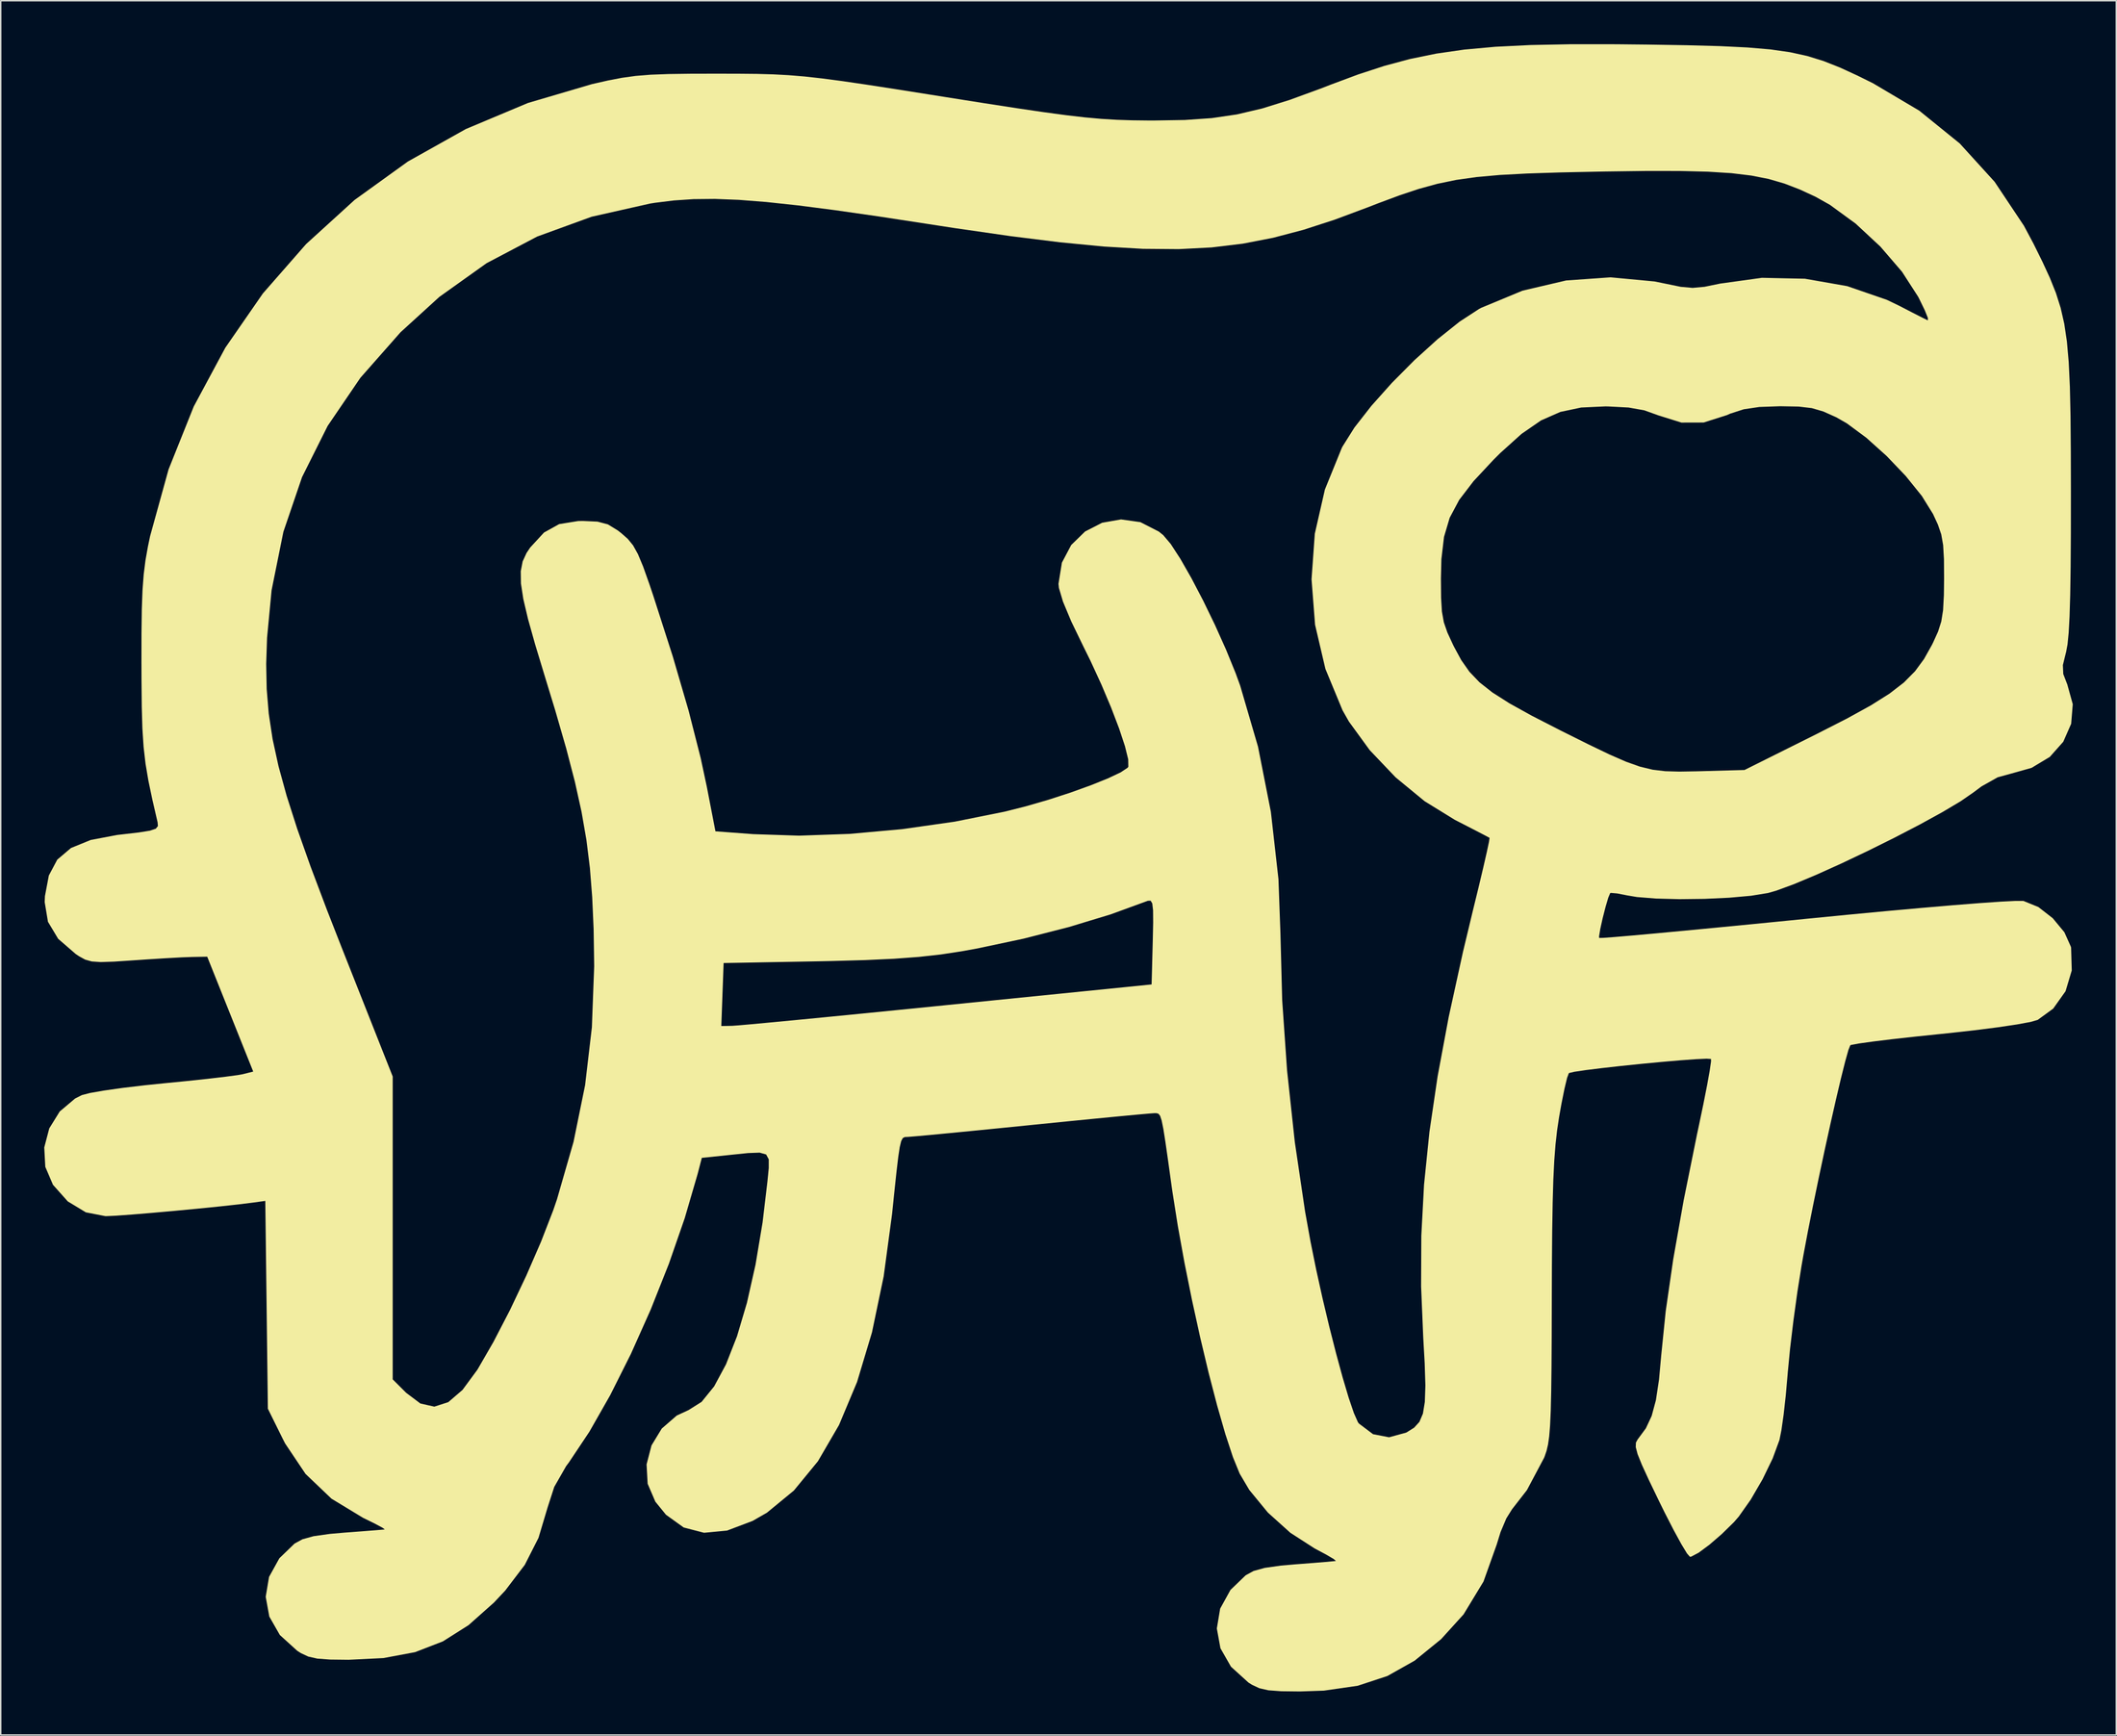
<source format=kicad_pcb>
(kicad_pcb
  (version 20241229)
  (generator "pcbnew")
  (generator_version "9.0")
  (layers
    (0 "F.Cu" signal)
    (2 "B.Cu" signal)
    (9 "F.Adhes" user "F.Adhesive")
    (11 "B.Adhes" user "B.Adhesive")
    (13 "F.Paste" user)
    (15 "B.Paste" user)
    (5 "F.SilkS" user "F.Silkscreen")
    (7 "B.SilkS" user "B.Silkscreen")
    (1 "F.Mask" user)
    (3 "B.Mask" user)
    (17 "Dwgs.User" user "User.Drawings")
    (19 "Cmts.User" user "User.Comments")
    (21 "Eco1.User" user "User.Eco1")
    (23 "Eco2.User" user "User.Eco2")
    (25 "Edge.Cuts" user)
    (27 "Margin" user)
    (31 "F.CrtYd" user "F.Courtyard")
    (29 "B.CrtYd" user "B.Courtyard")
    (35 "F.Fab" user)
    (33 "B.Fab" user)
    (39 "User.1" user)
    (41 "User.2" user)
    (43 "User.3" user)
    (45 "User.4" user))
  (footprint "sloth"
    (layer "F.Cu")
    (at 69.898 56.767)
    (property "Reference" "sloth" (at 0 0 0) (layer "F.SilkS") (effects (font (size 1.524 1.524) (thickness 0.3))))
    (attr board_only exclude_from_pos_files exclude_from_bom)
    (fp_poly (pts (xy 38.449 -56.766) (xy 40.558 -56.744) (xy 43.307 -56.699) (xy 45.589 -56.637) (xy 47.481 -56.545) (xy 49.063 -56.41) (xy 50.413 -56.217) (xy 51.61 -55.954) (xy 52.731 -55.606) (xy 53.857 -55.161) (xy 55.064 -54.605) (xy 56.126 -54.08) (xy 59.32 -52.188) (xy 62.113 -49.925) (xy 64.515 -47.283) (xy 66.536 -44.251) (xy 67.195 -43.016) (xy 67.816 -41.759) (xy 68.327 -40.649) (xy 68.741 -39.615) (xy 69.067 -38.587) (xy 69.315 -37.496) (xy 69.497 -36.272) (xy 69.622 -34.846) (xy 69.702 -33.147) (xy 69.747 -31.107) (xy 69.767 -28.655) (xy 69.773 -25.946) (xy 69.77 -23.087) (xy 69.755 -20.728) (xy 69.725 -18.825) (xy 69.681 -17.331) (xy 69.62 -16.203) (xy 69.541 -15.394) (xy 69.442 -14.859) (xy 69.422 -14.789) (xy 69.22 -13.962) (xy 69.246 -13.347) (xy 69.513 -12.653) (xy 69.522 -12.634) (xy 69.901 -11.264) (xy 69.791 -9.914) (xy 69.246 -8.674) (xy 68.319 -7.631) (xy 67.064 -6.875) (xy 65.859 -6.536) (xy 64.726 -6.224) (xy 63.616 -5.6) (xy 63.038 -5.169) (xy 62.173 -4.572) (xy 60.913 -3.822) (xy 59.359 -2.968) (xy 57.611 -2.059) (xy 55.77 -1.145) (xy 53.935 -0.273) (xy 52.207 0.506) (xy 50.687 1.143) (xy 49.475 1.589) (xy 48.897 1.755) (xy 47.729 1.944) (xy 46.217 2.079) (xy 44.52 2.158) (xy 42.791 2.178) (xy 41.186 2.137) (xy 39.862 2.031) (xy 39.2 1.92) (xy 38.501 1.784) (xy 38.072 1.748) (xy 38.022 1.762) (xy 37.889 2.077) (xy 37.7 2.718) (xy 37.501 3.499) (xy 37.338 4.235) (xy 37.256 4.74) (xy 37.263 4.853) (xy 37.546 4.846) (xy 38.321 4.788) (xy 39.538 4.684) (xy 41.145 4.539) (xy 43.092 4.357) (xy 45.327 4.143) (xy 47.8 3.903) (xy 50.459 3.64) (xy 51.462 3.539) (xy 54.323 3.258) (xy 57.005 3.004) (xy 59.457 2.783) (xy 61.627 2.597) (xy 63.466 2.452) (xy 64.921 2.351) (xy 65.942 2.299) (xy 66.478 2.3) (xy 66.513 2.305) (xy 67.531 2.72) (xy 68.522 3.492) (xy 69.324 4.46) (xy 69.773 5.462) (xy 69.787 5.533) (xy 69.832 7.093) (xy 69.404 8.525) (xy 68.553 9.723) (xy 67.486 10.502) (xy 66.994 10.644) (xy 66.042 10.819) (xy 64.716 11.016) (xy 63.098 11.222) (xy 61.276 11.424) (xy 60.759 11.477) (xy 59.004 11.659) (xy 57.435 11.834) (xy 56.131 11.994) (xy 55.175 12.127) (xy 54.646 12.223) (xy 54.569 12.251) (xy 54.438 12.58) (xy 54.218 13.367) (xy 53.926 14.531) (xy 53.581 15.994) (xy 53.199 17.678) (xy 52.798 19.503) (xy 52.396 21.39) (xy 52.01 23.26) (xy 51.656 25.036) (xy 51.354 26.636) (xy 51.21 27.448) (xy 50.922 29.26) (xy 50.649 31.245) (xy 50.418 33.174) (xy 50.259 34.819) (xy 50.248 34.959) (xy 50.123 36.384) (xy 49.975 37.714) (xy 49.821 38.798) (xy 49.687 39.466) (xy 49.22 40.737) (xy 48.523 42.175) (xy 47.706 43.58) (xy 46.881 44.749) (xy 46.551 45.13) (xy 45.711 45.954) (xy 44.861 46.687) (xy 44.119 47.237) (xy 43.603 47.509) (xy 43.519 47.523) (xy 43.315 47.289) (xy 42.925 46.646) (xy 42.396 45.676) (xy 41.774 44.465) (xy 41.393 43.691) (xy 40.688 42.227) (xy 40.203 41.17) (xy 39.91 40.441) (xy 39.783 39.959) (xy 39.795 39.646) (xy 39.918 39.42) (xy 39.944 39.389) (xy 40.481 38.661) (xy 40.88 37.808) (xy 41.172 36.724) (xy 41.387 35.299) (xy 41.538 33.637) (xy 41.849 30.579) (xy 42.365 27.016) (xy 43.084 22.949) (xy 44.009 18.376) (xy 44.133 17.795) (xy 44.444 16.306) (xy 44.699 15.013) (xy 44.88 14.004) (xy 44.971 13.371) (xy 44.97 13.197) (xy 44.665 13.177) (xy 43.925 13.211) (xy 42.857 13.289) (xy 41.568 13.4) (xy 40.165 13.533) (xy 38.754 13.679) (xy 37.444 13.826) (xy 36.34 13.963) (xy 35.551 14.08) (xy 35.183 14.167) (xy 35.174 14.173) (xy 35.051 14.499) (xy 34.872 15.245) (xy 34.662 16.29) (xy 34.499 17.21) (xy 34.363 18.115) (xy 34.254 19.088) (xy 34.168 20.198) (xy 34.103 21.517) (xy 34.057 23.113) (xy 34.025 25.057) (xy 34.006 27.419) (xy 33.997 29.77) (xy 33.99 32.36) (xy 33.977 34.463) (xy 33.956 36.14) (xy 33.925 37.451) (xy 33.88 38.454) (xy 33.819 39.211) (xy 33.738 39.781) (xy 33.634 40.223) (xy 33.505 40.598) (xy 33.466 40.695) (xy 32.284 42.921) (xy 31.255 44.245) (xy 30.863 44.874) (xy 30.466 45.815) (xy 30.202 46.672) (xy 29.29 49.228) (xy 27.917 51.49) (xy 26.369 53.198) (xy 24.546 54.681) (xy 22.668 55.738) (xy 20.621 56.413) (xy 18.287 56.749) (xy 16.632 56.805) (xy 15.35 56.79) (xy 14.469 56.725) (xy 13.844 56.584) (xy 13.331 56.342) (xy 13.088 56.188) (xy 11.888 55.099) (xy 11.162 53.828) (xy 10.913 52.463) (xy 11.142 51.093) (xy 11.853 49.805) (xy 12.902 48.794) (xy 13.443 48.498) (xy 14.212 48.285) (xy 15.328 48.127) (xy 16.316 48.041) (xy 17.465 47.953) (xy 18.395 47.877) (xy 18.982 47.823) (xy 19.118 47.806) (xy 18.968 47.675) (xy 18.442 47.365) (xy 17.654 46.944) (xy 17.64 46.936) (xy 15.98 45.865) (xy 14.431 44.471) (xy 13.15 42.911) (xy 12.487 41.787) (xy 12.021 40.644) (xy 11.496 39.046) (xy 10.931 37.079) (xy 10.346 34.83) (xy 9.763 32.383) (xy 9.202 29.824) (xy 8.682 27.24) (xy 8.225 24.715) (xy 7.85 22.337) (xy 7.8 21.986) (xy 7.555 20.218) (xy 7.369 18.92) (xy 7.227 18.017) (xy 7.11 17.44) (xy 7.003 17.115) (xy 6.887 16.97) (xy 6.747 16.934) (xy 6.611 16.934) (xy 6.229 16.961) (xy 5.376 17.037) (xy 4.123 17.155) (xy 2.543 17.308) (xy 0.708 17.489) (xy -1.31 17.692) (xy -1.912 17.753) (xy -3.969 17.96) (xy -5.863 18.148) (xy -7.523 18.31) (xy -8.876 18.439) (xy -9.85 18.527) (xy -10.373 18.569) (xy -10.43 18.571) (xy -10.6 18.58) (xy -10.732 18.653) (xy -10.841 18.86) (xy -10.941 19.274) (xy -11.045 19.964) (xy -11.167 21.001) (xy -11.322 22.456) (xy -11.47 23.898) (xy -12.048 28.187) (xy -12.854 32.048) (xy -13.882 35.468) (xy -15.125 38.434) (xy -16.579 40.933) (xy -18.236 42.952) (xy -20.091 44.478) (xy -21.082 45.047) (xy -22.843 45.713) (xy -24.426 45.864) (xy -25.83 45.499) (xy -27.051 44.621) (xy -27.783 43.72) (xy -28.314 42.484) (xy -28.388 41.15) (xy -28.048 39.841) (xy -27.341 38.678) (xy -26.308 37.782) (xy -25.49 37.402) (xy -24.596 36.838) (xy -23.732 35.772) (xy -22.913 34.249) (xy -22.154 32.312) (xy -21.471 30.007) (xy -20.879 27.376) (xy -20.393 24.465) (xy -20.059 21.645) (xy -19.968 20.72) (xy -19.968 20.117) (xy -20.148 19.781) (xy -20.594 19.655) (xy -21.394 19.684) (xy -22.637 19.812) (xy -22.902 19.84) (xy -24.581 20.015) (xy -24.873 21.137) (xy -25.759 24.173) (xy -26.851 27.319) (xy -28.102 30.471) (xy -29.464 33.522) (xy -30.889 36.366) (xy -32.33 38.898) (xy -33.739 41.011) (xy -33.932 41.269) (xy -34.751 42.702) (xy -35.206 44.109) (xy -35.836 46.214) (xy -36.781 48.076) (xy -38.129 49.848) (xy -38.913 50.682) (xy -40.655 52.231) (xy -42.426 53.353) (xy -44.343 54.095) (xy -46.522 54.502) (xy -48.916 54.62) (xy -50.198 54.605) (xy -51.079 54.54) (xy -51.704 54.399) (xy -52.218 54.157) (xy -52.46 54.003) (xy -53.661 52.914) (xy -54.387 51.643) (xy -54.636 50.278) (xy -54.406 48.908) (xy -53.695 47.621) (xy -52.647 46.609) (xy -52.106 46.313) (xy -51.337 46.1) (xy -50.22 45.942) (xy -49.233 45.856) (xy -48.084 45.769) (xy -47.153 45.696) (xy -46.566 45.648) (xy -46.43 45.634) (xy -46.584 45.516) (xy -47.118 45.231) (xy -47.918 44.838) (xy -47.932 44.831) (xy -50.103 43.513) (xy -51.891 41.806) (xy -53.296 39.71) (xy -53.459 39.391) (xy -54.487 37.311) (xy -54.575 30.147) (xy -54.664 22.983) (xy -55.531 23.102) (xy -56.508 23.223) (xy -57.81 23.365) (xy -59.316 23.517) (xy -60.905 23.668) (xy -62.453 23.806) (xy -63.838 23.921) (xy -64.939 24.001) (xy -65.632 24.034) (xy -65.68 24.034) (xy -67.032 23.771) (xy -68.278 23.016) (xy -69.297 21.871) (xy -69.826 20.635) (xy -69.898 19.297) (xy -69.553 17.982) (xy -68.831 16.816) (xy -67.771 15.922) (xy -67.309 15.688) (xy -66.766 15.545) (xy -65.787 15.374) (xy -64.481 15.189) (xy -62.957 15.008) (xy -61.71 14.88) (xy -60.102 14.722) (xy -58.64 14.566) (xy -57.429 14.424) (xy -56.573 14.31) (xy -56.221 14.247) (xy -55.497 14.066) (xy -58.667 6.145) (xy -59.718 6.164) (xy -60.43 6.191) (xy -61.52 6.25) (xy -62.82 6.332) (xy -63.773 6.397) (xy -65.1 6.485) (xy -66.009 6.515) (xy -66.626 6.473) (xy -67.08 6.345) (xy -67.495 6.117) (xy -67.727 5.962) (xy -68.94 4.91) (xy -69.643 3.737) (xy -69.868 2.381) (xy -69.851 1.969) (xy -69.582 0.546) (xy -69.001 -0.547) (xy -68.055 -1.35) (xy -66.695 -1.904) (xy -64.871 -2.249) (xy -64.586 -2.282) (xy -63.376 -2.422) (xy -62.615 -2.544) (xy -62.21 -2.68) (xy -62.065 -2.863) (xy -62.087 -3.125) (xy -62.088 -3.127) (xy -62.449 -4.69) (xy -62.722 -5.995) (xy -62.919 -7.164) (xy -63.052 -8.323) (xy -63.135 -9.594) (xy -63.178 -11.103) (xy -63.196 -12.973) (xy -63.199 -14.035) (xy -54.602 -14.035) (xy -54.568 -12.314) (xy -54.427 -10.611) (xy -54.162 -8.861) (xy -53.756 -6.997) (xy -53.195 -4.954) (xy -52.462 -2.665) (xy -51.541 -0.063) (xy -50.417 2.916) (xy -49.408 5.496) (xy -45.884 14.405) (xy -45.884 35.287) (xy -44.955 36.215) (xy -43.976 36.951) (xy -43.014 37.167) (xy -42.052 36.856) (xy -41.073 36.014) (xy -40.058 34.635) (xy -40.017 34.569) (xy -38.942 32.707) (xy -37.8 30.503) (xy -36.678 28.136) (xy -35.658 25.787) (xy -34.825 23.638) (xy -34.563 22.874) (xy -33.42 18.905) (xy -32.625 15.004) (xy -32.158 11.02) (xy -32.154 10.925) (xy -23.237 10.925) (xy -22.475 10.91) (xy -22.061 10.88) (xy -21.158 10.801) (xy -19.82 10.676) (xy -18.101 10.512) (xy -16.056 10.313) (xy -13.739 10.085) (xy -11.205 9.833) (xy -8.506 9.563) (xy -7.647 9.476) (xy 6.418 8.057) (xy 6.496 5.088) (xy 6.524 3.787) (xy 6.517 2.944) (xy 6.463 2.472) (xy 6.349 2.283) (xy 6.161 2.29) (xy 6.086 2.317) (xy 3.592 3.228) (xy 0.712 4.102) (xy -2.394 4.898) (xy -5.567 5.572) (xy -6.691 5.776) (xy -8.107 5.992) (xy -9.614 6.159) (xy -11.319 6.286) (xy -13.327 6.379) (xy -15.746 6.446) (xy -16.524 6.462) (xy -23.078 6.582) (xy -23.237 10.925) (xy -32.154 10.925) (xy -31.999 6.802) (xy -32.037 4.244) (xy -32.135 2.046) (xy -32.293 0.034) (xy -32.532 -1.896) (xy -32.87 -3.845) (xy -33.328 -5.917) (xy -33.926 -8.214) (xy -34.683 -10.838) (xy -35.399 -13.182) (xy -36.066 -15.38) (xy -36.558 -17.135) (xy -36.882 -18.515) (xy -37.047 -19.59) (xy -37.059 -20.432) (xy -36.928 -21.109) (xy -36.66 -21.692) (xy -36.406 -22.069) (xy -35.456 -23.101) (xy -34.414 -23.68) (xy -33.107 -23.892) (xy -32.78 -23.898) (xy -31.77 -23.852) (xy -31.053 -23.662) (xy -30.377 -23.248) (xy -30.137 -23.062) (xy -29.687 -22.666) (xy -29.321 -22.219) (xy -28.985 -21.616) (xy -28.625 -20.753) (xy -28.189 -19.525) (xy -27.922 -18.731) (xy -26.582 -14.558) (xy -25.493 -10.827) (xy -24.659 -7.552) (xy -24.232 -5.552) (xy -23.642 -2.5) (xy -21.039 -2.305) (xy -17.879 -2.201) (xy -14.398 -2.322) (xy -10.766 -2.649) (xy -7.151 -3.165) (xy -3.724 -3.853) (xy -2.269 -4.219) (xy -0.713 -4.669) (xy 0.814 -5.165) (xy 2.218 -5.671) (xy 3.407 -6.149) (xy 4.286 -6.565) (xy 4.762 -6.881) (xy 4.814 -6.955) (xy 4.804 -7.464) (xy 4.58 -8.373) (xy 4.176 -9.593) (xy 3.625 -11.037) (xy 2.959 -12.615) (xy 2.211 -14.241) (xy 1.725 -15.226) (xy 0.879 -16.974) (xy 0.31 -18.335) (xy 0.029 -19.283) (xy 0 -19.562) (xy 0.235 -21.023) (xy 0.878 -22.241) (xy 1.834 -23.173) (xy 3.01 -23.775) (xy 4.311 -24.004) (xy 5.645 -23.816) (xy 6.916 -23.166) (xy 7.218 -22.922) (xy 7.735 -22.31) (xy 8.401 -21.285) (xy 9.165 -19.947) (xy 9.977 -18.393) (xy 10.788 -16.719) (xy 11.548 -15.024) (xy 12.207 -13.406) (xy 12.522 -12.542) (xy 13.751 -8.334) (xy 14.638 -3.835) (xy 15.16 0.8) (xy 15.297 4.564) (xy 15.416 9.134) (xy 15.753 13.988) (xy 16.286 18.918) (xy 16.995 23.717) (xy 17.373 25.81) (xy 17.76 27.721) (xy 18.196 29.693) (xy 18.66 31.644) (xy 19.13 33.492) (xy 19.583 35.156) (xy 19.999 36.555) (xy 20.357 37.608) (xy 20.633 38.233) (xy 20.701 38.329) (xy 21.679 39.067) (xy 22.784 39.28) (xy 23.959 38.958) (xy 24.01 38.932) (xy 24.51 38.618) (xy 24.875 38.215) (xy 25.116 37.648) (xy 25.248 36.838) (xy 25.285 35.708) (xy 25.238 34.18) (xy 25.139 32.432) (xy 24.99 28.88) (xy 25.005 25.384) (xy 25.193 21.86) (xy 25.564 18.226) (xy 26.128 14.397) (xy 26.895 10.29) (xy 27.875 5.82) (xy 28.576 2.897) (xy 28.954 1.349) (xy 29.275 -0.004) (xy 29.52 -1.077) (xy 29.671 -1.786) (xy 29.708 -2.049) (xy 29.448 -2.19) (xy 28.812 -2.521) (xy 27.909 -2.986) (xy 27.312 -3.292) (xy 25.234 -4.574) (xy 23.235 -6.219) (xy 21.451 -8.094) (xy 20.016 -10.066) (xy 19.576 -10.843) (xy 18.395 -13.698) (xy 17.683 -16.741) (xy 17.44 -19.878) (xy 17.444 -19.932) (xy 26.356 -19.932) (xy 26.368 -18.604) (xy 26.424 -17.654) (xy 26.557 -16.911) (xy 26.801 -16.207) (xy 27.186 -15.373) (xy 27.257 -15.228) (xy 27.761 -14.298) (xy 28.321 -13.5) (xy 29.012 -12.776) (xy 29.906 -12.071) (xy 31.077 -11.325) (xy 32.597 -10.481) (xy 34.542 -9.483) (xy 34.686 -9.41) (xy 36.519 -8.497) (xy 37.963 -7.802) (xy 39.117 -7.298) (xy 40.078 -6.957) (xy 40.945 -6.748) (xy 41.816 -6.644) (xy 42.789 -6.617) (xy 43.962 -6.637) (xy 44.191 -6.643) (xy 47.279 -6.728) (xy 52.265 -9.216) (xy 54.342 -10.277) (xy 55.987 -11.184) (xy 57.269 -11.992) (xy 58.259 -12.757) (xy 59.03 -13.535) (xy 59.652 -14.382) (xy 60.196 -15.354) (xy 60.272 -15.508) (xy 60.618 -16.271) (xy 60.839 -16.963) (xy 60.963 -17.746) (xy 61.018 -18.78) (xy 61.032 -19.922) (xy 61.023 -21.269) (xy 60.968 -22.231) (xy 60.838 -22.971) (xy 60.606 -23.65) (xy 60.267 -24.383) (xy 59.499 -25.622) (xy 58.389 -26.999) (xy 57.069 -28.381) (xy 55.674 -29.634) (xy 54.335 -30.626) (xy 53.606 -31.044) (xy 52.714 -31.444) (xy 51.919 -31.677) (xy 51.011 -31.784) (xy 49.78 -31.807) (xy 49.708 -31.807) (xy 48.295 -31.756) (xy 47.225 -31.597) (xy 46.295 -31.297) (xy 46.054 -31.192) (xy 44.457 -30.684) (xy 42.932 -30.68) (xy 41.337 -31.179) (xy 41.332 -31.181) (xy 40.372 -31.526) (xy 39.286 -31.719) (xy 37.879 -31.793) (xy 37.69 -31.796) (xy 36.024 -31.719) (xy 34.585 -31.415) (xy 33.254 -30.829) (xy 31.913 -29.903) (xy 30.445 -28.581) (xy 29.975 -28.112) (xy 28.603 -26.64) (xy 27.617 -25.352) (xy 26.959 -24.116) (xy 26.569 -22.797) (xy 26.389 -21.264) (xy 26.356 -19.932) (xy 17.444 -19.932) (xy 17.665 -23.018) (xy 18.36 -26.066) (xy 19.523 -28.93) (xy 19.576 -29.033) (xy 20.396 -30.339) (xy 21.567 -31.838) (xy 22.983 -33.424) (xy 24.539 -34.99) (xy 26.129 -36.431) (xy 27.645 -37.641) (xy 28.983 -38.514) (xy 29.142 -38.598) (xy 31.979 -39.775) (xy 34.983 -40.479) (xy 38.05 -40.696) (xy 41.075 -40.411) (xy 41.801 -40.263) (xy 42.884 -40.041) (xy 43.704 -39.968) (xy 44.525 -40.043) (xy 45.596 -40.263) (xy 48.48 -40.663) (xy 51.444 -40.599) (xy 54.357 -40.088) (xy 57.084 -39.147) (xy 57.94 -38.735) (xy 58.83 -38.274) (xy 59.533 -37.915) (xy 59.906 -37.731) (xy 59.915 -37.726) (xy 59.917 -37.893) (xy 59.701 -38.429) (xy 59.314 -39.225) (xy 59.242 -39.363) (xy 58.13 -41.085) (xy 56.645 -42.812) (xy 54.94 -44.398) (xy 53.163 -45.695) (xy 52.166 -46.255) (xy 51.082 -46.755) (xy 50.033 -47.159) (xy 48.947 -47.476) (xy 47.753 -47.712) (xy 46.379 -47.878) (xy 44.753 -47.98) (xy 42.806 -48.028) (xy 40.464 -48.029) (xy 37.657 -47.992) (xy 37.281 -47.985) (xy 34.563 -47.928) (xy 32.304 -47.855) (xy 30.416 -47.754) (xy 28.813 -47.611) (xy 27.406 -47.411) (xy 26.108 -47.143) (xy 24.832 -46.792) (xy 23.49 -46.344) (xy 21.995 -45.787) (xy 21.303 -45.518) (xy 19.026 -44.668) (xy 16.875 -43.97) (xy 14.789 -43.421) (xy 12.705 -43.017) (xy 10.558 -42.758) (xy 8.287 -42.64) (xy 5.828 -42.661) (xy 3.117 -42.819) (xy 0.093 -43.112) (xy -3.309 -43.536) (xy -7.151 -44.09) (xy -9.013 -44.377) (xy -12.45 -44.903) (xy -15.41 -45.327) (xy -17.954 -45.655) (xy -20.141 -45.89) (xy -22.03 -46.038) (xy -23.681 -46.102) (xy -25.154 -46.087) (xy -26.508 -45.996) (xy -27.803 -45.836) (xy -28.134 -45.784) (xy -32.179 -44.872) (xy -35.929 -43.506) (xy -39.416 -41.669) (xy -42.671 -39.346) (xy -45.345 -36.908) (xy -48.109 -33.771) (xy -50.368 -30.45) (xy -52.133 -26.919) (xy -53.417 -23.151) (xy -54.231 -19.12) (xy -54.543 -15.841) (xy -54.602 -14.035) (xy -63.199 -14.035) (xy -63.2 -14.066) (xy -63.197 -16.152) (xy -63.175 -17.8) (xy -63.127 -19.116) (xy -63.045 -20.207) (xy -62.923 -21.18) (xy -62.752 -22.143) (xy -62.602 -22.857) (xy -61.331 -27.453) (xy -59.595 -31.791) (xy -57.419 -35.843) (xy -54.83 -39.585) (xy -51.852 -42.989) (xy -48.512 -46.03) (xy -44.833 -48.683) (xy -40.843 -50.92) (xy -36.566 -52.716) (xy -32.153 -54.016) (xy -31.048 -54.267) (xy -30.084 -54.452) (xy -29.145 -54.582) (xy -28.114 -54.666) (xy -26.876 -54.713) (xy -25.315 -54.734) (xy -23.488 -54.737) (xy -22.028 -54.734) (xy -20.78 -54.722) (xy -19.663 -54.691) (xy -18.597 -54.634) (xy -17.502 -54.543) (xy -16.297 -54.409) (xy -14.903 -54.225) (xy -13.239 -53.981) (xy -11.225 -53.67) (xy -8.781 -53.283) (xy -7.784 -53.124) (xy -5.092 -52.698) (xy -2.863 -52.354) (xy -1.02 -52.083) (xy 0.513 -51.876) (xy 1.812 -51.725) (xy 2.954 -51.622) (xy 4.015 -51.557) (xy 5.071 -51.523) (xy 6.198 -51.51) (xy 6.555 -51.509) (xy 8.703 -51.544) (xy 10.569 -51.674) (xy 12.298 -51.928) (xy 14.037 -52.337) (xy 15.933 -52.929) (xy 18.131 -53.734) (xy 18.743 -53.972) (xy 20.65 -54.683) (xy 22.451 -55.272) (xy 24.221 -55.748) (xy 26.037 -56.12) (xy 27.974 -56.399) (xy 30.108 -56.593) (xy 32.514 -56.712) (xy 35.269 -56.767)) (stroke (width 0) (type solid)) (fill yes) (layer "F.SilkS")))
  (gr_rect
    (start -3 -3)
    (end 142.799 116.572)
    (stroke (width 0.1) (type default))
    (fill no)
    (layer "Edge.Cuts")))
</source>
